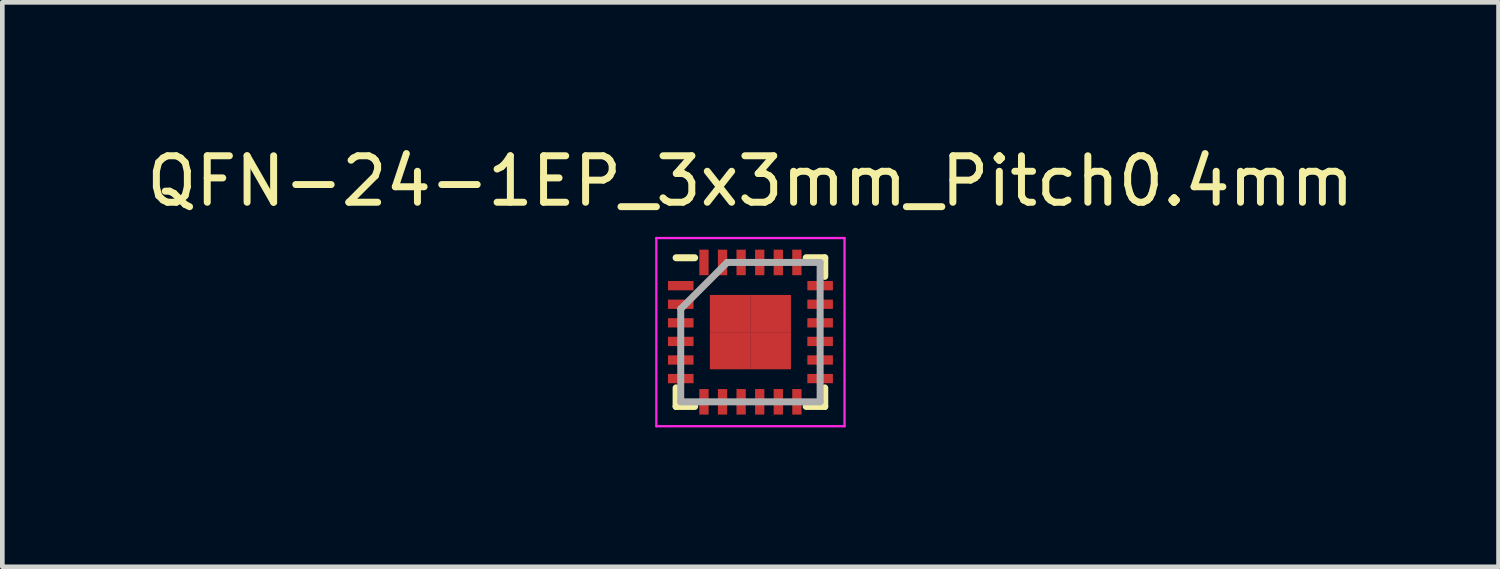
<source format=kicad_pcb>
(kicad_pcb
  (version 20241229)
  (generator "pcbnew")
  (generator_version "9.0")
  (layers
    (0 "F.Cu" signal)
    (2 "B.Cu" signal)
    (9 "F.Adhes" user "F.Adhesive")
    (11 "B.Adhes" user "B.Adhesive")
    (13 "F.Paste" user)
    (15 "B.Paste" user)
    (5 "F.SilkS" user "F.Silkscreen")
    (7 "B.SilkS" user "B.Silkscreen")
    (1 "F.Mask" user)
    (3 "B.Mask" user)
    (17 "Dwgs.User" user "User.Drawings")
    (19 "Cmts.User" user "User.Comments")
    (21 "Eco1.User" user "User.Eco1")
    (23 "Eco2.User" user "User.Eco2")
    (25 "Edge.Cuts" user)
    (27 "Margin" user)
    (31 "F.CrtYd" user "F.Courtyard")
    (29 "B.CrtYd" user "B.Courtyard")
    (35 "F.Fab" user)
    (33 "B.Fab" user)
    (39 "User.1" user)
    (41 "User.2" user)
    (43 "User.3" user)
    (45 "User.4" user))
  (footprint "QFN-24-1EP_3x3mm_Pitch0.4mm"
    (layer "F.Cu")
    (at 13.101 4.098)
    (property "Reference" "QFN-24-1EP_3x3mm_Pitch0.4mm" (at 0 -3.25 0) (layer "F.SilkS") (effects (font (size 1 1) (thickness 0.15))))
    (attr smd)
    (fp_line (start -1.6 -1.6) (end -1.2 -1.6) (stroke (width 0.15) (type solid)) (layer "F.SilkS"))
    (fp_line (start -1.6 1.6) (end -1.6 1.2) (stroke (width 0.15) (type solid)) (layer "F.SilkS"))
    (fp_line (start -1.6 1.6) (end -1.2 1.6) (stroke (width 0.15) (type solid)) (layer "F.SilkS"))
    (fp_line (start 1.6 -1.6) (end 1.2 -1.6) (stroke (width 0.15) (type solid)) (layer "F.SilkS"))
    (fp_line (start 1.6 -1.6) (end 1.6 -1.2) (stroke (width 0.15) (type solid)) (layer "F.SilkS"))
    (fp_line (start 1.6 1.6) (end 1.2 1.6) (stroke (width 0.15) (type solid)) (layer "F.SilkS"))
    (fp_line (start 1.6 1.6) (end 1.6 1.2) (stroke (width 0.15) (type solid)) (layer "F.SilkS"))
    (fp_line (start -2.025 -2.025) (end 2.025 -2.025) (stroke (width 0.05) (type solid)) (layer "F.CrtYd"))
    (fp_line (start -2.025 2.025) (end -2.025 -2.025) (stroke (width 0.05) (type solid)) (layer "F.CrtYd"))
    (fp_line (start 2.025 -2.025) (end 2.025 2.025) (stroke (width 0.05) (type solid)) (layer "F.CrtYd"))
    (fp_line (start 2.025 2.025) (end -2.025 2.025) (stroke (width 0.05) (type solid)) (layer "F.CrtYd"))
    (fp_line (start -1.5 -0.5) (end -0.5 -1.5) (stroke (width 0.15) (type solid)) (layer "F.Fab"))
    (fp_line (start -1.5 1.5) (end -1.5 -0.5) (stroke (width 0.15) (type solid)) (layer "F.Fab"))
    (fp_line (start -0.5 -1.5) (end 1.5 -1.5) (stroke (width 0.15) (type solid)) (layer "F.Fab"))
    (fp_line (start 1.5 -1.5) (end 1.5 1.5) (stroke (width 0.15) (type solid)) (layer "F.Fab"))
    (fp_line (start 1.5 1.5) (end -1.5 1.5) (stroke (width 0.15) (type solid)) (layer "F.Fab"))
    (pad "1" smd rect (at -1.5 -1) (size 0.55 0.2) (layers "F.Cu" "F.Mask" "F.Paste"))
    (pad "2" smd rect (at -1.5 -0.6) (size 0.55 0.2) (layers "F.Cu" "F.Mask" "F.Paste"))
    (pad "3" smd rect (at -1.5 -0.2) (size 0.55 0.2) (layers "F.Cu" "F.Mask" "F.Paste"))
    (pad "4" smd rect (at -1.5 0.2) (size 0.55 0.2) (layers "F.Cu" "F.Mask" "F.Paste"))
    (pad "5" smd rect (at -1.5 0.6) (size 0.55 0.2) (layers "F.Cu" "F.Mask" "F.Paste"))
    (pad "6" smd rect (at -1.5 1) (size 0.55 0.2) (layers "F.Cu" "F.Mask" "F.Paste"))
    (pad "7" smd rect (at -1 1.5 90) (size 0.55 0.2) (layers "F.Cu" "F.Mask" "F.Paste"))
    (pad "8" smd rect (at -0.6 1.5 90) (size 0.55 0.2) (layers "F.Cu" "F.Mask" "F.Paste"))
    (pad "9" smd rect (at -0.2 1.5 90) (size 0.55 0.2) (layers "F.Cu" "F.Mask" "F.Paste"))
    (pad "10" smd rect (at 0.2 1.5 90) (size 0.55 0.2) (layers "F.Cu" "F.Mask" "F.Paste"))
    (pad "11" smd rect (at 0.6 1.5 90) (size 0.55 0.2) (layers "F.Cu" "F.Mask" "F.Paste"))
    (pad "12" smd rect (at 1 1.5 90) (size 0.55 0.2) (layers "F.Cu" "F.Mask" "F.Paste"))
    (pad "13" smd rect (at 1.5 1) (size 0.55 0.2) (layers "F.Cu" "F.Mask" "F.Paste"))
    (pad "14" smd rect (at 1.5 0.6) (size 0.55 0.2) (layers "F.Cu" "F.Mask" "F.Paste"))
    (pad "15" smd rect (at 1.5 0.2) (size 0.55 0.2) (layers "F.Cu" "F.Mask" "F.Paste"))
    (pad "16" smd rect (at 1.5 -0.2) (size 0.55 0.2) (layers "F.Cu" "F.Mask" "F.Paste"))
    (pad "17" smd rect (at 1.5 -0.6) (size 0.55 0.2) (layers "F.Cu" "F.Mask" "F.Paste"))
    (pad "18" smd rect (at 1.5 -1) (size 0.55 0.2) (layers "F.Cu" "F.Mask" "F.Paste"))
    (pad "19" smd rect (at 1 -1.5 90) (size 0.55 0.2) (layers "F.Cu" "F.Mask" "F.Paste"))
    (pad "20" smd rect (at 0.6 -1.5 90) (size 0.55 0.2) (layers "F.Cu" "F.Mask" "F.Paste"))
    (pad "21" smd rect (at 0.2 -1.5 90) (size 0.55 0.2) (layers "F.Cu" "F.Mask" "F.Paste"))
    (pad "22" smd rect (at -0.2 -1.5 90) (size 0.55 0.2) (layers "F.Cu" "F.Mask" "F.Paste"))
    (pad "23" smd rect (at -0.6 -1.5 90) (size 0.55 0.2) (layers "F.Cu" "F.Mask" "F.Paste"))
    (pad "24" smd rect (at -1 -1.5 90) (size 0.55 0.2) (layers "F.Cu" "F.Mask" "F.Paste"))
    (pad "25" smd rect (at -0.435 -0.4) (size 0.875 0.8) (layers "F.Cu" "F.Mask" "F.Paste"))
    (pad "25" smd rect (at -0.435 0.4) (size 0.875 0.8) (layers "F.Cu" "F.Mask" "F.Paste"))
    (pad "25" smd rect (at 0.435 -0.4) (size 0.875 0.8) (layers "F.Cu" "F.Mask" "F.Paste"))
    (pad "25" smd rect (at 0.435 0.4) (size 0.875 0.8) (layers "F.Cu" "F.Mask" "F.Paste")))
  (gr_rect
    (start -3 -3)
    (end 29.202 9.148)
    (stroke (width 0.1) (type default))
    (fill no)
    (layer "Edge.Cuts")))
</source>
